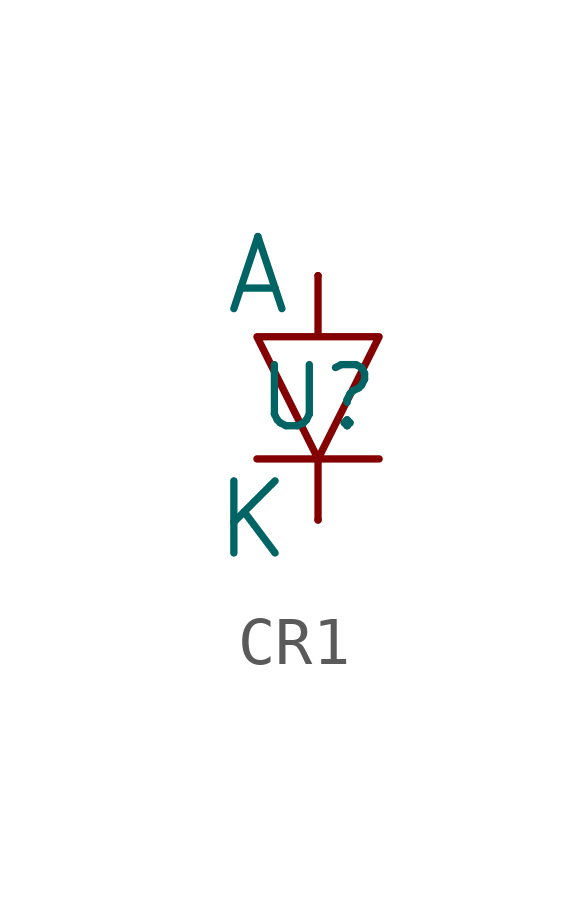
<source format=kicad_sym>
(kicad_symbol_lib
  (version 20241209)
  (generator "kicad_symbol_editor")
  (generator_version "9.0")
  (symbol "CR1"
    (property "Reference" "U"
      (at 0 0 0)
      (effects (font (size 1.27 1.27))))
    (property "Value" ""
      (at 0 0 0)
      (effects (font (size 1.27 1.27))))
    (symbol "CR1_0_1"
      (polyline (pts (xy 0 -2.54) (xy 0 -1.27) (xy 1.27 -1.27) (xy -1.27 -1.27) (xy 0 -1.27) (xy -1.27 1.27) (xy 0 1.27) (xy 0 2.54) (xy 0 1.27) (xy 1.27 1.27) (xy 0 -1.27)) (stroke (width 0) (type default)) (fill (type none))))
    (symbol "CR1_1_1"
      (pin passive line (at 0 2.54 180) (length 0) (name "A" (effects (font (size 1.499 1.499)))) (number "" (effects (font (size 1.499 1.499)))))
      (pin passive line (at 0 -2.54 180) (length 0) (name "K" (effects (font (size 1.499 1.499)))) (number "" (effects (font (size 1.499 1.499))))))))
</source>
